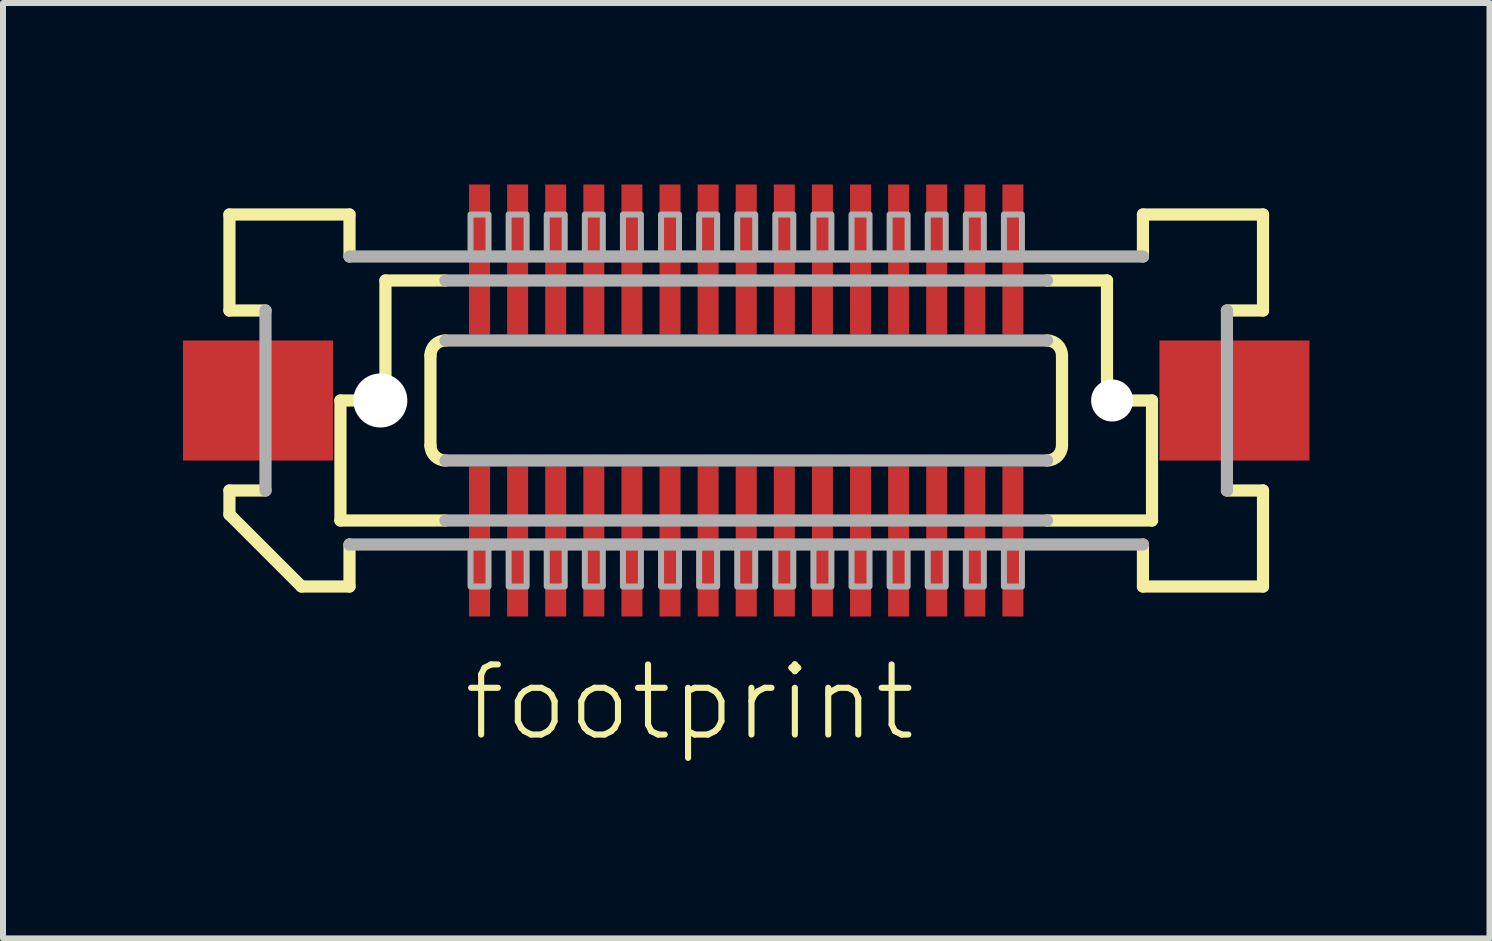
<source format=kicad_pcb>
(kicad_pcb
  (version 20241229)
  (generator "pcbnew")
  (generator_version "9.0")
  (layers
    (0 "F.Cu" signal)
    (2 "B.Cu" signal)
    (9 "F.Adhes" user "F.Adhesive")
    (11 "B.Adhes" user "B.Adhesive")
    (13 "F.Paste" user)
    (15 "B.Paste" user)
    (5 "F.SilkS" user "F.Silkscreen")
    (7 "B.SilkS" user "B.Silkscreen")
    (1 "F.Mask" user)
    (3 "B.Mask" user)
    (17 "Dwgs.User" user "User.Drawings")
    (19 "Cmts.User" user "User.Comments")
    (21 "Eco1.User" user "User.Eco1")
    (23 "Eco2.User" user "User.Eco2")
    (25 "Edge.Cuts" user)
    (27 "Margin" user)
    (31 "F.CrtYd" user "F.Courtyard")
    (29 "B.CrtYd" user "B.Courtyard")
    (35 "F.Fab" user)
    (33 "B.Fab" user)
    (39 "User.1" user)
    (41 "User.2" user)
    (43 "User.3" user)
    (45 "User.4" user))
  (footprint "footprint"
    (layer "F.Cu")
    (at 9.387 3.625)
    (property "Reference" "footprint" (at -4.763 5.715 0) (layer "F.SilkS") (effects (font (size 1.168 1.168) (thickness 0.102)) (justify left bottom)))
    (fp_poly (pts (xy -4.645 3.625) (xy -4.245 3.625) (xy -4.245 1.075) (xy -4.645 1.075)) (stroke (width 0) (type solid)) (fill yes) (layer "F.Mask"))
    (fp_poly (pts (xy -4.245 -3.625) (xy -4.645 -3.625) (xy -4.645 -1.075) (xy -4.245 -1.075)) (stroke (width 0) (type solid)) (fill yes) (layer "F.Mask"))
    (fp_poly (pts (xy -4.01 3.625) (xy -3.61 3.625) (xy -3.61 1.075) (xy -4.01 1.075)) (stroke (width 0) (type solid)) (fill yes) (layer "F.Mask"))
    (fp_poly (pts (xy -3.61 -3.625) (xy -4.01 -3.625) (xy -4.01 -1.075) (xy -3.61 -1.075)) (stroke (width 0) (type solid)) (fill yes) (layer "F.Mask"))
    (fp_poly (pts (xy -3.375 3.625) (xy -2.975 3.625) (xy -2.975 1.075) (xy -3.375 1.075)) (stroke (width 0) (type solid)) (fill yes) (layer "F.Mask"))
    (fp_poly (pts (xy -2.975 -3.625) (xy -3.375 -3.625) (xy -3.375 -1.075) (xy -2.975 -1.075)) (stroke (width 0) (type solid)) (fill yes) (layer "F.Mask"))
    (fp_poly (pts (xy -2.74 3.625) (xy -2.34 3.625) (xy -2.34 1.075) (xy -2.74 1.075)) (stroke (width 0) (type solid)) (fill yes) (layer "F.Mask"))
    (fp_poly (pts (xy -2.34 -3.625) (xy -2.74 -3.625) (xy -2.74 -1.075) (xy -2.34 -1.075)) (stroke (width 0) (type solid)) (fill yes) (layer "F.Mask"))
    (fp_poly (pts (xy -2.105 3.625) (xy -1.705 3.625) (xy -1.705 1.075) (xy -2.105 1.075)) (stroke (width 0) (type solid)) (fill yes) (layer "F.Mask"))
    (fp_poly (pts (xy -1.705 -3.625) (xy -2.105 -3.625) (xy -2.105 -1.075) (xy -1.705 -1.075)) (stroke (width 0) (type solid)) (fill yes) (layer "F.Mask"))
    (fp_poly (pts (xy -1.47 3.625) (xy -1.07 3.625) (xy -1.07 1.075) (xy -1.47 1.075)) (stroke (width 0) (type solid)) (fill yes) (layer "F.Mask"))
    (fp_poly (pts (xy -1.07 -3.625) (xy -1.47 -3.625) (xy -1.47 -1.075) (xy -1.07 -1.075)) (stroke (width 0) (type solid)) (fill yes) (layer "F.Mask"))
    (fp_poly (pts (xy -0.835 3.625) (xy -0.435 3.625) (xy -0.435 1.075) (xy -0.835 1.075)) (stroke (width 0) (type solid)) (fill yes) (layer "F.Mask"))
    (fp_poly (pts (xy -0.435 -3.625) (xy -0.835 -3.625) (xy -0.835 -1.075) (xy -0.435 -1.075)) (stroke (width 0) (type solid)) (fill yes) (layer "F.Mask"))
    (fp_poly (pts (xy -0.2 3.625) (xy 0.2 3.625) (xy 0.2 1.075) (xy -0.2 1.075)) (stroke (width 0) (type solid)) (fill yes) (layer "F.Mask"))
    (fp_poly (pts (xy 0.2 -3.625) (xy -0.2 -3.625) (xy -0.2 -1.075) (xy 0.2 -1.075)) (stroke (width 0) (type solid)) (fill yes) (layer "F.Mask"))
    (fp_poly (pts (xy 0.435 3.625) (xy 0.835 3.625) (xy 0.835 1.075) (xy 0.435 1.075)) (stroke (width 0) (type solid)) (fill yes) (layer "F.Mask"))
    (fp_poly (pts (xy 0.835 -3.625) (xy 0.435 -3.625) (xy 0.435 -1.075) (xy 0.835 -1.075)) (stroke (width 0) (type solid)) (fill yes) (layer "F.Mask"))
    (fp_poly (pts (xy 1.07 3.625) (xy 1.47 3.625) (xy 1.47 1.075) (xy 1.07 1.075)) (stroke (width 0) (type solid)) (fill yes) (layer "F.Mask"))
    (fp_poly (pts (xy 1.47 -3.625) (xy 1.07 -3.625) (xy 1.07 -1.075) (xy 1.47 -1.075)) (stroke (width 0) (type solid)) (fill yes) (layer "F.Mask"))
    (fp_poly (pts (xy 1.705 3.625) (xy 2.105 3.625) (xy 2.105 1.075) (xy 1.705 1.075)) (stroke (width 0) (type solid)) (fill yes) (layer "F.Mask"))
    (fp_poly (pts (xy 2.105 -3.625) (xy 1.705 -3.625) (xy 1.705 -1.075) (xy 2.105 -1.075)) (stroke (width 0) (type solid)) (fill yes) (layer "F.Mask"))
    (fp_poly (pts (xy 2.34 3.625) (xy 2.74 3.625) (xy 2.74 1.075) (xy 2.34 1.075)) (stroke (width 0) (type solid)) (fill yes) (layer "F.Mask"))
    (fp_poly (pts (xy 2.74 -3.625) (xy 2.34 -3.625) (xy 2.34 -1.075) (xy 2.74 -1.075)) (stroke (width 0) (type solid)) (fill yes) (layer "F.Mask"))
    (fp_poly (pts (xy 2.975 3.625) (xy 3.375 3.625) (xy 3.375 1.075) (xy 2.975 1.075)) (stroke (width 0) (type solid)) (fill yes) (layer "F.Mask"))
    (fp_poly (pts (xy 3.375 -3.625) (xy 2.975 -3.625) (xy 2.975 -1.075) (xy 3.375 -1.075)) (stroke (width 0) (type solid)) (fill yes) (layer "F.Mask"))
    (fp_poly (pts (xy 3.61 3.625) (xy 4.01 3.625) (xy 4.01 1.075) (xy 3.61 1.075)) (stroke (width 0) (type solid)) (fill yes) (layer "F.Mask"))
    (fp_poly (pts (xy 4.01 -3.625) (xy 3.61 -3.625) (xy 3.61 -1.075) (xy 4.01 -1.075)) (stroke (width 0) (type solid)) (fill yes) (layer "F.Mask"))
    (fp_poly (pts (xy 4.245 3.625) (xy 4.645 3.625) (xy 4.645 1.075) (xy 4.245 1.075)) (stroke (width 0) (type solid)) (fill yes) (layer "F.Mask"))
    (fp_poly (pts (xy 4.645 -3.625) (xy 4.245 -3.625) (xy 4.245 -1.075) (xy 4.645 -1.075)) (stroke (width 0) (type solid)) (fill yes) (layer "F.Mask"))
    (fp_line (start -8.613 -3.1) (end -6.612 -3.1) (stroke (width 0.203) (type solid)) (layer "F.SilkS"))
    (fp_line (start -8.613 -1.5) (end -8.613 -3.1) (stroke (width 0.203) (type solid)) (layer "F.SilkS"))
    (fp_line (start -8.613 1.5) (end -8.012 1.5) (stroke (width 0.203) (type solid)) (layer "F.SilkS"))
    (fp_line (start -8.613 1.9) (end -8.613 1.5) (stroke (width 0.203) (type solid)) (layer "F.SilkS"))
    (fp_line (start -8.012 -1.5) (end -8.613 -1.5) (stroke (width 0.203) (type solid)) (layer "F.SilkS"))
    (fp_line (start -7.412 3.1) (end -8.613 1.9) (stroke (width 0.203) (type solid)) (layer "F.SilkS"))
    (fp_line (start -6.763 0) (end -6.763 2) (stroke (width 0.203) (type solid)) (layer "F.SilkS"))
    (fp_line (start -6.763 2) (end -5.013 2) (stroke (width 0.203) (type solid)) (layer "F.SilkS"))
    (fp_line (start -6.612 -3.1) (end -6.612 -2.4) (stroke (width 0.203) (type solid)) (layer "F.SilkS"))
    (fp_line (start -6.612 2.4) (end -6.612 3.1) (stroke (width 0.203) (type solid)) (layer "F.SilkS"))
    (fp_line (start -6.612 3.1) (end -7.412 3.1) (stroke (width 0.203) (type solid)) (layer "F.SilkS"))
    (fp_line (start -6.013 -2) (end -6.013 0) (stroke (width 0.203) (type solid)) (layer "F.SilkS"))
    (fp_line (start -6.013 0) (end -6.763 0) (stroke (width 0.203) (type solid)) (layer "F.SilkS"))
    (fp_line (start -5.263 0.75) (end -5.263 -0.75) (stroke (width 0.203) (type solid)) (layer "F.SilkS"))
    (fp_line (start -5.013 -2) (end -6.013 -2) (stroke (width 0.203) (type solid)) (layer "F.SilkS"))
    (fp_line (start 5.013 2) (end 6.763 2) (stroke (width 0.203) (type solid)) (layer "F.SilkS"))
    (fp_line (start 5.263 -0.75) (end 5.263 0.75) (stroke (width 0.203) (type solid)) (layer "F.SilkS"))
    (fp_line (start 6.013 -2) (end 5.013 -2) (stroke (width 0.203) (type solid)) (layer "F.SilkS"))
    (fp_line (start 6.013 -2) (end 6.013 0) (stroke (width 0.203) (type solid)) (layer "F.SilkS"))
    (fp_line (start 6.612 -3.1) (end 8.613 -3.1) (stroke (width 0.203) (type solid)) (layer "F.SilkS"))
    (fp_line (start 6.612 -2.4) (end 6.612 -3.1) (stroke (width 0.203) (type solid)) (layer "F.SilkS"))
    (fp_line (start 6.612 3.1) (end 6.612 2.4) (stroke (width 0.203) (type solid)) (layer "F.SilkS"))
    (fp_line (start 6.763 0) (end 6.013 0) (stroke (width 0.203) (type solid)) (layer "F.SilkS"))
    (fp_line (start 6.763 0) (end 6.763 2) (stroke (width 0.203) (type solid)) (layer "F.SilkS"))
    (fp_line (start 8.012 1.5) (end 8.613 1.5) (stroke (width 0.203) (type solid)) (layer "F.SilkS"))
    (fp_line (start 8.613 -3.1) (end 8.613 -1.5) (stroke (width 0.203) (type solid)) (layer "F.SilkS"))
    (fp_line (start 8.613 -1.5) (end 8.012 -1.5) (stroke (width 0.203) (type solid)) (layer "F.SilkS"))
    (fp_line (start 8.613 1.5) (end 8.613 3.1) (stroke (width 0.203) (type solid)) (layer "F.SilkS"))
    (fp_line (start 8.613 3.1) (end 6.612 3.1) (stroke (width 0.203) (type solid)) (layer "F.SilkS"))
    (fp_arc (start -5.2625 -0.75) (mid -5.189277 -0.926777) (end -5.0125 -1) (stroke (width 0.2032) (type solid)) (layer "F.SilkS"))
    (fp_arc (start -5.0125 1) (mid -5.189277 0.926777) (end -5.2625 0.75) (stroke (width 0.2032) (type solid)) (layer "F.SilkS"))
    (fp_arc (start 5.0125 -1) (mid 5.189277 -0.926777) (end 5.2625 -0.75) (stroke (width 0.2032) (type solid)) (layer "F.SilkS"))
    (fp_arc (start 5.2625 0.75) (mid 5.189277 0.926777) (end 5.0125 1) (stroke (width 0.2032) (type solid)) (layer "F.SilkS"))
    (fp_line (start -8.012 1.5) (end -8.012 -1.5) (stroke (width 0.203) (type solid)) (layer "F.Fab"))
    (fp_line (start -6.612 -2.4) (end 6.612 -2.4) (stroke (width 0.203) (type solid)) (layer "F.Fab"))
    (fp_line (start -5.013 -1) (end 5.013 -1) (stroke (width 0.203) (type solid)) (layer "F.Fab"))
    (fp_line (start -5.013 2) (end 5.013 2) (stroke (width 0.203) (type solid)) (layer "F.Fab"))
    (fp_line (start 5.013 -2) (end -5.013 -2) (stroke (width 0.203) (type solid)) (layer "F.Fab"))
    (fp_line (start 5.013 1) (end -5.013 1) (stroke (width 0.203) (type solid)) (layer "F.Fab"))
    (fp_line (start 6.612 2.4) (end -6.612 2.4) (stroke (width 0.203) (type solid)) (layer "F.Fab"))
    (fp_line (start 8.012 -1.5) (end 8.012 1.5) (stroke (width 0.203) (type solid)) (layer "F.Fab"))
    (fp_poly (pts (xy -4.595 3.1) (xy -4.295 3.1) (xy -4.295 2.375) (xy -4.595 2.375)) (stroke (width 0.1) (type solid)) (fill no) (layer "F.Fab"))
    (fp_poly (pts (xy -4.295 -3.1) (xy -4.595 -3.1) (xy -4.595 -2.375) (xy -4.295 -2.375)) (stroke (width 0.1) (type solid)) (fill no) (layer "F.Fab"))
    (fp_poly (pts (xy -3.96 3.1) (xy -3.66 3.1) (xy -3.66 2.375) (xy -3.96 2.375)) (stroke (width 0.1) (type solid)) (fill no) (layer "F.Fab"))
    (fp_poly (pts (xy -3.66 -3.1) (xy -3.96 -3.1) (xy -3.96 -2.375) (xy -3.66 -2.375)) (stroke (width 0.1) (type solid)) (fill no) (layer "F.Fab"))
    (fp_poly (pts (xy -3.325 3.1) (xy -3.025 3.1) (xy -3.025 2.375) (xy -3.325 2.375)) (stroke (width 0.1) (type solid)) (fill no) (layer "F.Fab"))
    (fp_poly (pts (xy -3.025 -3.1) (xy -3.325 -3.1) (xy -3.325 -2.375) (xy -3.025 -2.375)) (stroke (width 0.1) (type solid)) (fill no) (layer "F.Fab"))
    (fp_poly (pts (xy -2.69 3.1) (xy -2.39 3.1) (xy -2.39 2.375) (xy -2.69 2.375)) (stroke (width 0.1) (type solid)) (fill no) (layer "F.Fab"))
    (fp_poly (pts (xy -2.39 -3.1) (xy -2.69 -3.1) (xy -2.69 -2.375) (xy -2.39 -2.375)) (stroke (width 0.1) (type solid)) (fill no) (layer "F.Fab"))
    (fp_poly (pts (xy -2.055 3.1) (xy -1.755 3.1) (xy -1.755 2.375) (xy -2.055 2.375)) (stroke (width 0.1) (type solid)) (fill no) (layer "F.Fab"))
    (fp_poly (pts (xy -1.755 -3.1) (xy -2.055 -3.1) (xy -2.055 -2.375) (xy -1.755 -2.375)) (stroke (width 0.1) (type solid)) (fill no) (layer "F.Fab"))
    (fp_poly (pts (xy -1.42 3.1) (xy -1.12 3.1) (xy -1.12 2.375) (xy -1.42 2.375)) (stroke (width 0.1) (type solid)) (fill no) (layer "F.Fab"))
    (fp_poly (pts (xy -1.12 -3.1) (xy -1.42 -3.1) (xy -1.42 -2.375) (xy -1.12 -2.375)) (stroke (width 0.1) (type solid)) (fill no) (layer "F.Fab"))
    (fp_poly (pts (xy -0.785 3.1) (xy -0.485 3.1) (xy -0.485 2.375) (xy -0.785 2.375)) (stroke (width 0.1) (type solid)) (fill no) (layer "F.Fab"))
    (fp_poly (pts (xy -0.485 -3.1) (xy -0.785 -3.1) (xy -0.785 -2.375) (xy -0.485 -2.375)) (stroke (width 0.1) (type solid)) (fill no) (layer "F.Fab"))
    (fp_poly (pts (xy -0.15 3.1) (xy 0.15 3.1) (xy 0.15 2.375) (xy -0.15 2.375)) (stroke (width 0.1) (type solid)) (fill no) (layer "F.Fab"))
    (fp_poly (pts (xy 0.15 -3.1) (xy -0.15 -3.1) (xy -0.15 -2.375) (xy 0.15 -2.375)) (stroke (width 0.1) (type solid)) (fill no) (layer "F.Fab"))
    (fp_poly (pts (xy 0.485 3.1) (xy 0.785 3.1) (xy 0.785 2.375) (xy 0.485 2.375)) (stroke (width 0.1) (type solid)) (fill no) (layer "F.Fab"))
    (fp_poly (pts (xy 0.785 -3.1) (xy 0.485 -3.1) (xy 0.485 -2.375) (xy 0.785 -2.375)) (stroke (width 0.1) (type solid)) (fill no) (layer "F.Fab"))
    (fp_poly (pts (xy 1.12 3.1) (xy 1.42 3.1) (xy 1.42 2.375) (xy 1.12 2.375)) (stroke (width 0.1) (type solid)) (fill no) (layer "F.Fab"))
    (fp_poly (pts (xy 1.42 -3.1) (xy 1.12 -3.1) (xy 1.12 -2.375) (xy 1.42 -2.375)) (stroke (width 0.1) (type solid)) (fill no) (layer "F.Fab"))
    (fp_poly (pts (xy 1.755 3.1) (xy 2.055 3.1) (xy 2.055 2.375) (xy 1.755 2.375)) (stroke (width 0.1) (type solid)) (fill no) (layer "F.Fab"))
    (fp_poly (pts (xy 2.055 -3.1) (xy 1.755 -3.1) (xy 1.755 -2.375) (xy 2.055 -2.375)) (stroke (width 0.1) (type solid)) (fill no) (layer "F.Fab"))
    (fp_poly (pts (xy 2.39 3.1) (xy 2.69 3.1) (xy 2.69 2.375) (xy 2.39 2.375)) (stroke (width 0.1) (type solid)) (fill no) (layer "F.Fab"))
    (fp_poly (pts (xy 2.69 -3.1) (xy 2.39 -3.1) (xy 2.39 -2.375) (xy 2.69 -2.375)) (stroke (width 0.1) (type solid)) (fill no) (layer "F.Fab"))
    (fp_poly (pts (xy 3.025 3.1) (xy 3.325 3.1) (xy 3.325 2.375) (xy 3.025 2.375)) (stroke (width 0.1) (type solid)) (fill no) (layer "F.Fab"))
    (fp_poly (pts (xy 3.325 -3.1) (xy 3.025 -3.1) (xy 3.025 -2.375) (xy 3.325 -2.375)) (stroke (width 0.1) (type solid)) (fill no) (layer "F.Fab"))
    (fp_poly (pts (xy 3.66 3.1) (xy 3.96 3.1) (xy 3.96 2.375) (xy 3.66 2.375)) (stroke (width 0.1) (type solid)) (fill no) (layer "F.Fab"))
    (fp_poly (pts (xy 3.96 -3.1) (xy 3.66 -3.1) (xy 3.66 -2.375) (xy 3.96 -2.375)) (stroke (width 0.1) (type solid)) (fill no) (layer "F.Fab"))
    (fp_poly (pts (xy 4.295 3.1) (xy 4.595 3.1) (xy 4.595 2.375) (xy 4.295 2.375)) (stroke (width 0.1) (type solid)) (fill no) (layer "F.Fab"))
    (fp_poly (pts (xy 4.595 -3.1) (xy 4.295 -3.1) (xy 4.295 -2.375) (xy 4.595 -2.375)) (stroke (width 0.1) (type solid)) (fill no) (layer "F.Fab"))
    (pad "" np_thru_hole circle (at -6.098 0) (size 0.9 0.9) (drill 0.9) (layers "*.Cu" "*.Mask"))
    (pad "" np_thru_hole circle (at 6.098 0) (size 0.7 0.7) (drill 0.7) (layers "*.Cu" "*.Mask"))
    (pad "1" smd rect (at -4.445 2.35) (size 0.35 2.5) (layers "F.Cu" "F.Paste"))
    (pad "2" smd rect (at -4.445 -2.35 180) (size 0.35 2.5) (layers "F.Cu" "F.Paste"))
    (pad "3" smd rect (at -3.81 2.35) (size 0.35 2.5) (layers "F.Cu" "F.Paste"))
    (pad "4" smd rect (at -3.81 -2.35 180) (size 0.35 2.5) (layers "F.Cu" "F.Paste"))
    (pad "5" smd rect (at -3.175 2.35) (size 0.35 2.5) (layers "F.Cu" "F.Paste"))
    (pad "6" smd rect (at -3.175 -2.35 180) (size 0.35 2.5) (layers "F.Cu" "F.Paste"))
    (pad "7" smd rect (at -2.54 2.35) (size 0.35 2.5) (layers "F.Cu" "F.Paste"))
    (pad "8" smd rect (at -2.54 -2.35 180) (size 0.35 2.5) (layers "F.Cu" "F.Paste"))
    (pad "9" smd rect (at -1.905 2.35) (size 0.35 2.5) (layers "F.Cu" "F.Paste"))
    (pad "10" smd rect (at -1.905 -2.35 180) (size 0.35 2.5) (layers "F.Cu" "F.Paste"))
    (pad "11" smd rect (at -1.27 2.35) (size 0.35 2.5) (layers "F.Cu" "F.Paste"))
    (pad "12" smd rect (at -1.27 -2.35 180) (size 0.35 2.5) (layers "F.Cu" "F.Paste"))
    (pad "13" smd rect (at -0.635 2.35) (size 0.35 2.5) (layers "F.Cu" "F.Paste"))
    (pad "14" smd rect (at -0.635 -2.35 180) (size 0.35 2.5) (layers "F.Cu" "F.Paste"))
    (pad "15" smd rect (at 0 2.35) (size 0.35 2.5) (layers "F.Cu" "F.Paste"))
    (pad "16" smd rect (at 0 -2.35 180) (size 0.35 2.5) (layers "F.Cu" "F.Paste"))
    (pad "17" smd rect (at 0.635 2.35) (size 0.35 2.5) (layers "F.Cu" "F.Paste"))
    (pad "18" smd rect (at 0.635 -2.35 180) (size 0.35 2.5) (layers "F.Cu" "F.Paste"))
    (pad "19" smd rect (at 1.27 2.35) (size 0.35 2.5) (layers "F.Cu" "F.Paste"))
    (pad "20" smd rect (at 1.27 -2.35 180) (size 0.35 2.5) (layers "F.Cu" "F.Paste"))
    (pad "21" smd rect (at 1.905 2.35) (size 0.35 2.5) (layers "F.Cu" "F.Paste"))
    (pad "22" smd rect (at 1.905 -2.35 180) (size 0.35 2.5) (layers "F.Cu" "F.Paste"))
    (pad "23" smd rect (at 2.54 2.35) (size 0.35 2.5) (layers "F.Cu" "F.Paste"))
    (pad "24" smd rect (at 2.54 -2.35 180) (size 0.35 2.5) (layers "F.Cu" "F.Paste"))
    (pad "25" smd rect (at 3.175 2.35) (size 0.35 2.5) (layers "F.Cu" "F.Paste"))
    (pad "26" smd rect (at 3.175 -2.35 180) (size 0.35 2.5) (layers "F.Cu" "F.Paste"))
    (pad "27" smd rect (at 3.81 2.35) (size 0.35 2.5) (layers "F.Cu" "F.Paste"))
    (pad "28" smd rect (at 3.81 -2.35 180) (size 0.35 2.5) (layers "F.Cu" "F.Paste"))
    (pad "29" smd rect (at 4.445 2.35) (size 0.35 2.5) (layers "F.Cu" "F.Paste"))
    (pad "30" smd rect (at 4.445 -2.35 180) (size 0.35 2.5) (layers "F.Cu" "F.Paste"))
    (pad "M1" smd rect (at -8.137 0) (size 2.5 2) (layers "F.Cu" "F.Mask" "F.Paste"))
    (pad "M2" smd rect (at 8.137 0 180) (size 2.5 2) (layers "F.Cu" "F.Mask" "F.Paste")))
  (gr_rect
    (start -3 -3)
    (end 21.775 12.59)
    (stroke (width 0.1) (type default))
    (fill no)
    (layer "Edge.Cuts")))
</source>
